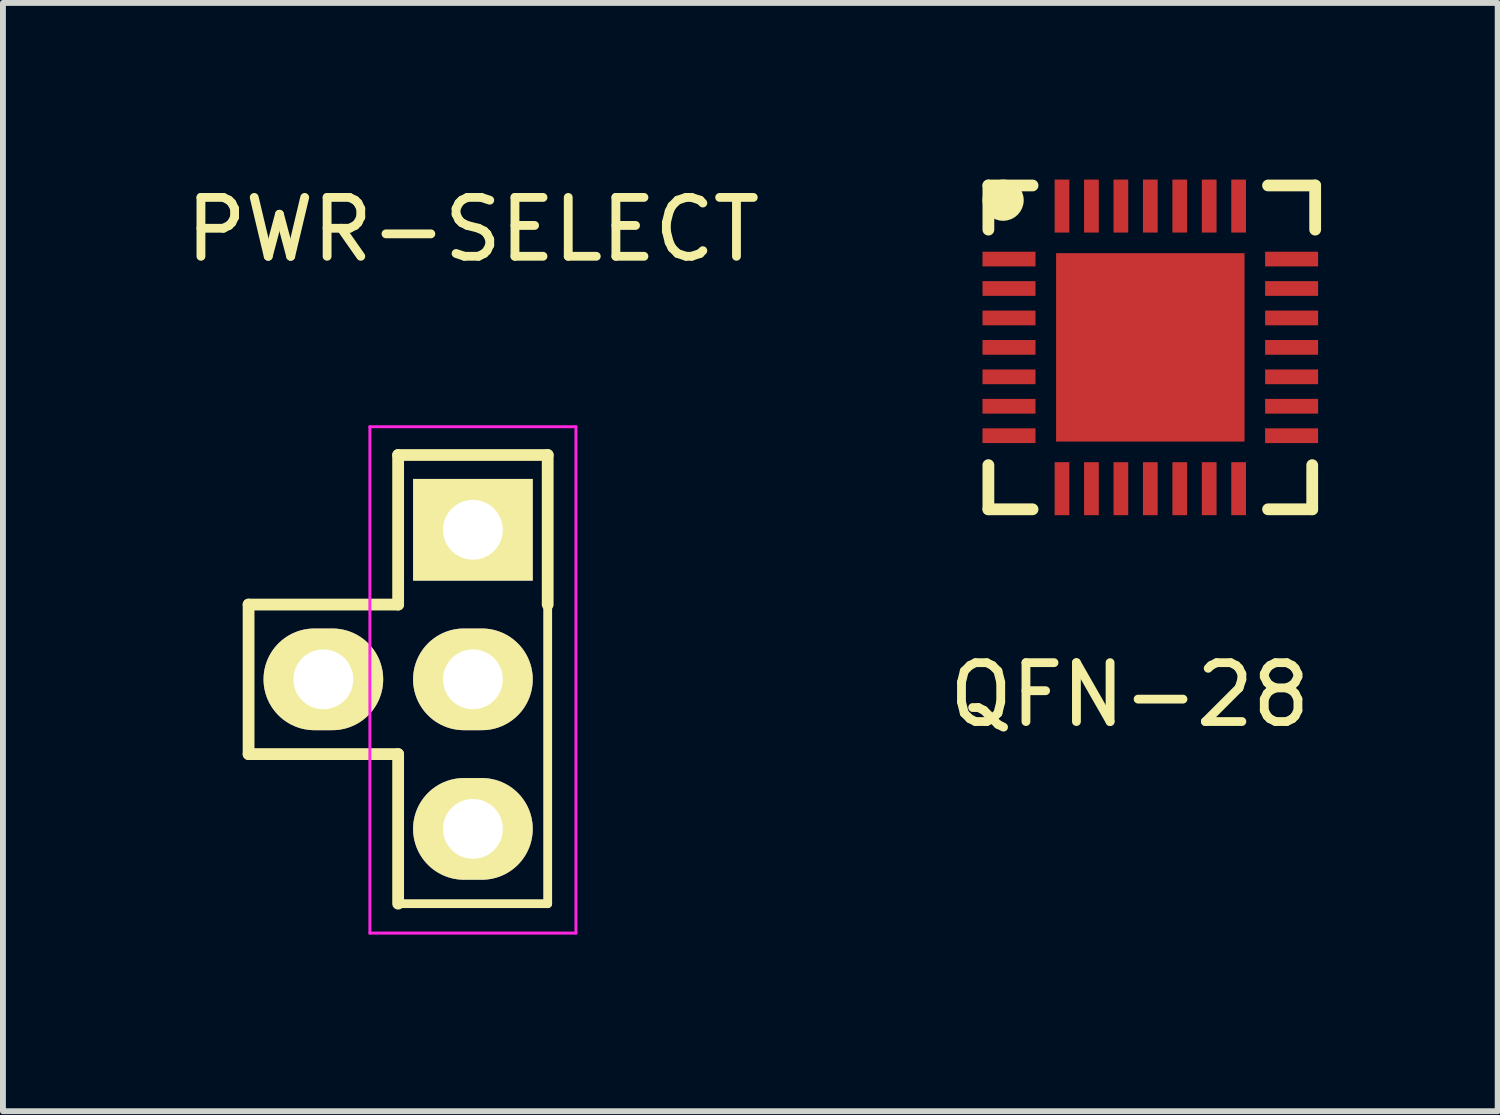
<source format=kicad_pcb>
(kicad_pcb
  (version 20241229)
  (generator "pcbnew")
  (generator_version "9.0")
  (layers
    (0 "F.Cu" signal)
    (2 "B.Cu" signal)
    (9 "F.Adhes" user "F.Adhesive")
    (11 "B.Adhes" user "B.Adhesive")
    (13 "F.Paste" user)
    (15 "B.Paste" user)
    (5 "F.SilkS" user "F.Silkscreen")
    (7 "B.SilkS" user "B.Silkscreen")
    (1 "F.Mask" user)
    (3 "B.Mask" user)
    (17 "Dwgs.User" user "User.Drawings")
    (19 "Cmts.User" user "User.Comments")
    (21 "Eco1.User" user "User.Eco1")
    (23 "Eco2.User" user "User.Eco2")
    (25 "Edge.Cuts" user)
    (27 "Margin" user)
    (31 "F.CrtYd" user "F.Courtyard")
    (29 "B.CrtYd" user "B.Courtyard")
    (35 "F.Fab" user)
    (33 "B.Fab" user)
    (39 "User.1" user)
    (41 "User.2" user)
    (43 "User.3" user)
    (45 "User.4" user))
  (footprint "PWR-SELECT"
    (layer "F.Cu")
    (at 4.982 5.948)
    (property "Reference" "PWR-SELECT" (at 0 -5.1 0) (layer "F.SilkS") (effects (font (size 1 1) (thickness 0.15))))
    (attr through_hole)
    (fp_line (start -3.81 1.27) (end -3.81 3.81) (stroke (width 0.2) (type solid)) (layer "F.SilkS"))
    (fp_line (start -3.81 3.81) (end -1.27 3.81) (stroke (width 0.2) (type solid)) (layer "F.SilkS"))
    (fp_line (start -1.27 -1.27) (end -1.27 1.27) (stroke (width 0.2) (type solid)) (layer "F.SilkS"))
    (fp_line (start -1.27 1.27) (end -3.81 1.27) (stroke (width 0.2) (type solid)) (layer "F.SilkS"))
    (fp_line (start -1.27 3.81) (end -1.27 6.35) (stroke (width 0.2) (type solid)) (layer "F.SilkS"))
    (fp_line (start -1.27 6.35) (end 1.27 6.35) (stroke (width 0.15) (type solid)) (layer "F.SilkS"))
    (fp_line (start 1.27 -1.27) (end -1.27 -1.27) (stroke (width 0.2) (type solid)) (layer "F.SilkS"))
    (fp_line (start 1.27 1.27) (end 1.27 -1.27) (stroke (width 0.2) (type solid)) (layer "F.SilkS"))
    (fp_line (start 1.27 6.35) (end 1.27 1.27) (stroke (width 0.15) (type solid)) (layer "F.SilkS"))
    (fp_line (start -1.75 -1.75) (end -1.75 6.85) (stroke (width 0.05) (type solid)) (layer "F.CrtYd"))
    (fp_line (start -1.75 -1.75) (end 1.75 -1.75) (stroke (width 0.05) (type solid)) (layer "F.CrtYd"))
    (fp_line (start -1.75 6.85) (end 1.75 6.85) (stroke (width 0.05) (type solid)) (layer "F.CrtYd"))
    (fp_line (start 1.75 -1.75) (end 1.75 6.85) (stroke (width 0.05) (type solid)) (layer "F.CrtYd"))
    (pad "1" thru_hole rect (at 0 0) (size 2.032 1.727) (drill 1.016) (layers "*.Cu" "*.Mask" "F.SilkS"))
    (pad "2" thru_hole oval (at -2.54 2.54) (size 2.032 1.727) (drill 1.016) (layers "*.Cu" "*.Mask" "F.SilkS"))
    (pad "3" thru_hole oval (at 0 5.08) (size 2.032 1.727) (drill 1.016) (layers "*.Cu" "*.Mask" "F.SilkS"))
    (pad "4" thru_hole oval (at 0 2.54) (size 2.032 1.727) (drill 1.016) (layers "*.Cu" "*.Mask" "F.SilkS")))
  (footprint "QFN-28"
    (layer "F.Cu")
    (at 16.487 2.85)
    (property "Reference" "QFN-28" (at -0.35 5.9 0) (layer "F.SilkS") (effects (font (size 1 1) (thickness 0.15))))
    (attr through_hole)
    (fp_line (start -2.75 -2.75) (end -2 -2.75) (stroke (width 0.2) (type solid)) (layer "F.SilkS"))
    (fp_line (start -2.75 -2) (end -2.75 -2.75) (stroke (width 0.2) (type solid)) (layer "F.SilkS"))
    (fp_line (start -2.75 2.75) (end -2.75 2) (stroke (width 0.2) (type solid)) (layer "F.SilkS"))
    (fp_line (start -2.6 -2.5) (end -2.45 -2.5) (stroke (width 0.2) (type solid)) (layer "F.SilkS"))
    (fp_line (start -2 2.75) (end -2.75 2.75) (stroke (width 0.2) (type solid)) (layer "F.SilkS"))
    (fp_line (start 2 -2.75) (end 2.8 -2.75) (stroke (width 0.2) (type solid)) (layer "F.SilkS"))
    (fp_line (start 2.75 2) (end 2.75 2.75) (stroke (width 0.2) (type solid)) (layer "F.SilkS"))
    (fp_line (start 2.75 2.75) (end 2 2.75) (stroke (width 0.2) (type solid)) (layer "F.SilkS"))
    (fp_line (start 2.8 -2.75) (end 2.8 -2) (stroke (width 0.2) (type solid)) (layer "F.SilkS"))
    (fp_circle (center -2.5 -2.5) (end -2.45 -2.5) (stroke (width 0.2) (type solid)) (fill no) (layer "F.SilkS"))
    (fp_circle (center -2.5 -2.5) (end -2.4 -2.45) (stroke (width 0.2) (type solid)) (fill no) (layer "F.SilkS"))
    (fp_circle (center -2.5 -2.5) (end -2.3 -2.5) (stroke (width 0.2) (type solid)) (fill no) (layer "F.SilkS"))
    (fp_circle (center -2.5 -2.5) (end -2.25 -2.5) (stroke (width 0.2) (type solid)) (fill no) (layer "F.SilkS"))
    (pad "1" smd rect (at -2.4 -1.5 90) (size 0.25 0.9) (layers "F.Cu" "F.Mask" "F.Paste"))
    (pad "2" smd rect (at -2.4 -1 90) (size 0.25 0.9) (layers "F.Cu" "F.Mask" "F.Paste"))
    (pad "3" smd rect (at -2.4 -0.5 90) (size 0.25 0.9) (layers "F.Cu" "F.Mask" "F.Paste"))
    (pad "4" smd rect (at -2.4 0 90) (size 0.25 0.9) (layers "F.Cu" "F.Mask" "F.Paste"))
    (pad "5" smd rect (at -2.4 0.5 90) (size 0.25 0.9) (layers "F.Cu" "F.Mask" "F.Paste"))
    (pad "6" smd rect (at -2.4 1 90) (size 0.25 0.9) (layers "F.Cu" "F.Mask" "F.Paste"))
    (pad "7" smd rect (at -2.4 1.5 90) (size 0.25 0.9) (layers "F.Cu" "F.Mask" "F.Paste"))
    (pad "8" smd rect (at -1.5 2.4 180) (size 0.25 0.9) (layers "F.Cu" "F.Mask" "F.Paste"))
    (pad "9" smd rect (at -1 2.4 180) (size 0.25 0.9) (layers "F.Cu" "F.Mask" "F.Paste"))
    (pad "10" smd rect (at -0.5 2.4 180) (size 0.25 0.9) (layers "F.Cu" "F.Mask" "F.Paste"))
    (pad "11" smd rect (at 0 2.4 180) (size 0.25 0.9) (layers "F.Cu" "F.Mask" "F.Paste"))
    (pad "12" smd rect (at 0.5 2.4 180) (size 0.25 0.9) (layers "F.Cu" "F.Mask" "F.Paste"))
    (pad "13" smd rect (at 1 2.4 180) (size 0.25 0.9) (layers "F.Cu" "F.Mask" "F.Paste"))
    (pad "14" smd rect (at 1.5 2.4 180) (size 0.25 0.9) (layers "F.Cu" "F.Mask" "F.Paste"))
    (pad "15" smd rect (at 2.4 1.5 90) (size 0.25 0.9) (layers "F.Cu" "F.Mask" "F.Paste"))
    (pad "16" smd rect (at 2.4 1 90) (size 0.25 0.9) (layers "F.Cu" "F.Mask" "F.Paste"))
    (pad "17" smd rect (at 2.4 0.5 90) (size 0.25 0.9) (layers "F.Cu" "F.Mask" "F.Paste"))
    (pad "18" smd rect (at 2.4 0 90) (size 0.25 0.9) (layers "F.Cu" "F.Mask" "F.Paste"))
    (pad "19" smd rect (at 2.4 -0.5 90) (size 0.25 0.9) (layers "F.Cu" "F.Mask" "F.Paste"))
    (pad "20" smd rect (at 2.4 -1 90) (size 0.25 0.9) (layers "F.Cu" "F.Mask" "F.Paste"))
    (pad "21" smd rect (at 2.4 -1.5 90) (size 0.25 0.9) (layers "F.Cu" "F.Mask" "F.Paste"))
    (pad "22" smd rect (at 1.5 -2.4 180) (size 0.25 0.9) (layers "F.Cu" "F.Mask" "F.Paste"))
    (pad "23" smd rect (at 1 -2.4 180) (size 0.25 0.9) (layers "F.Cu" "F.Mask" "F.Paste"))
    (pad "24" smd rect (at 0.5 -2.4 180) (size 0.25 0.9) (layers "F.Cu" "F.Mask" "F.Paste"))
    (pad "25" smd rect (at 0 -2.4 180) (size 0.25 0.9) (layers "F.Cu" "F.Mask" "F.Paste"))
    (pad "26" smd rect (at -0.5 -2.4 180) (size 0.25 0.9) (layers "F.Cu" "F.Mask" "F.Paste"))
    (pad "27" smd rect (at -1 -2.4 180) (size 0.25 0.9) (layers "F.Cu" "F.Mask" "F.Paste"))
    (pad "28" smd rect (at -1.5 -2.4 180) (size 0.25 0.9) (layers "F.Cu" "F.Mask" "F.Paste"))
    (pad "29" smd rect (at 0 0 180) (size 3.2 3.2) (layers "F.Cu" "F.Mask" "F.Paste")))
  (gr_rect
    (start -3 -3)
    (end 22.387 15.823)
    (stroke (width 0.1) (type default))
    (fill no)
    (layer "Edge.Cuts")))
</source>
